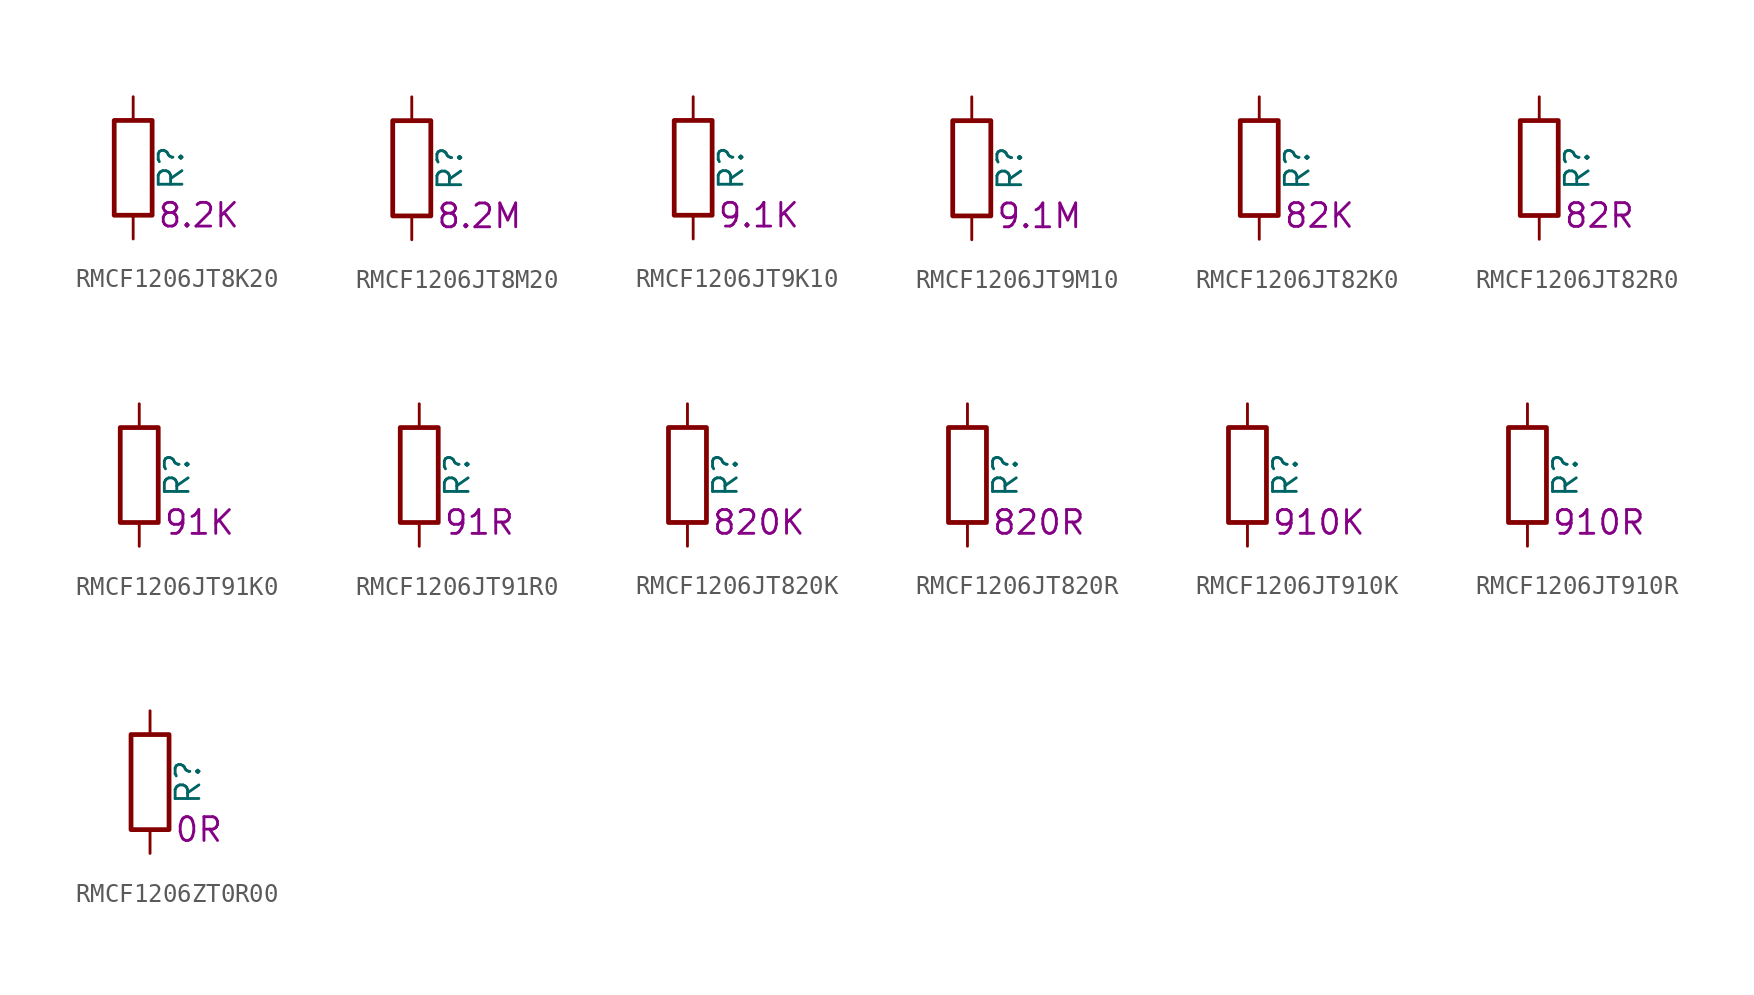
<source format=kicad_sym>
(kicad_symbol_lib
  (version 20220914)
  (generator kicad_symbol_editor)
  (symbol "RMCF1206JT8K20"
    (pin_numbers hide)
    (pin_names
      (offset 0))
    (property "Reference" "R"
      (at 2.032 0 90)
      (effects (font (size 1.27 1.27))))
    (property "Resistance" "8.2K"
      (at 1.27 -2.54 0)
      (effects (font (size 1.27 1.27)) (justify left)))
    (symbol "RMCF1206JT8K20_0_1"
      (rectangle (start -1.016 -2.54) (end 1.016 2.54) (stroke (width 0.254) (type default)) (fill (type none))))
    (symbol "RMCF1206JT8K20_1_1"
      (pin passive line (at 0 3.81 270) (length 1.27) (name "~" (effects (font (size 1.27 1.27)))) (number "1" (effects (font (size 1.27 1.27)))))
      (pin passive line (at 0 -3.81 90) (length 1.27) (name "~" (effects (font (size 1.27 1.27)))) (number "2" (effects (font (size 1.27 1.27)))))))
  (symbol "RMCF1206JT8M20"
    (pin_numbers hide)
    (pin_names
      (offset 0))
    (property "Reference" "R"
      (at 2.032 0 90)
      (effects (font (size 1.27 1.27))))
    (property "Resistance" "8.2M"
      (at 1.27 -2.54 0)
      (effects (font (size 1.27 1.27)) (justify left)))
    (symbol "RMCF1206JT8M20_0_1"
      (rectangle (start -1.016 -2.54) (end 1.016 2.54) (stroke (width 0.254) (type default)) (fill (type none))))
    (symbol "RMCF1206JT8M20_1_1"
      (pin passive line (at 0 3.81 270) (length 1.27) (name "~" (effects (font (size 1.27 1.27)))) (number "1" (effects (font (size 1.27 1.27)))))
      (pin passive line (at 0 -3.81 90) (length 1.27) (name "~" (effects (font (size 1.27 1.27)))) (number "2" (effects (font (size 1.27 1.27)))))))
  (symbol "RMCF1206JT9K10"
    (pin_numbers hide)
    (pin_names
      (offset 0))
    (property "Reference" "R"
      (at 2.032 0 90)
      (effects (font (size 1.27 1.27))))
    (property "Resistance" "9.1K"
      (at 1.27 -2.54 0)
      (effects (font (size 1.27 1.27)) (justify left)))
    (symbol "RMCF1206JT9K10_0_1"
      (rectangle (start -1.016 -2.54) (end 1.016 2.54) (stroke (width 0.254) (type default)) (fill (type none))))
    (symbol "RMCF1206JT9K10_1_1"
      (pin passive line (at 0 3.81 270) (length 1.27) (name "~" (effects (font (size 1.27 1.27)))) (number "1" (effects (font (size 1.27 1.27)))))
      (pin passive line (at 0 -3.81 90) (length 1.27) (name "~" (effects (font (size 1.27 1.27)))) (number "2" (effects (font (size 1.27 1.27)))))))
  (symbol "RMCF1206JT9M10"
    (pin_numbers hide)
    (pin_names
      (offset 0))
    (property "Reference" "R"
      (at 2.032 0 90)
      (effects (font (size 1.27 1.27))))
    (property "Resistance" "9.1M"
      (at 1.27 -2.54 0)
      (effects (font (size 1.27 1.27)) (justify left)))
    (symbol "RMCF1206JT9M10_0_1"
      (rectangle (start -1.016 -2.54) (end 1.016 2.54) (stroke (width 0.254) (type default)) (fill (type none))))
    (symbol "RMCF1206JT9M10_1_1"
      (pin passive line (at 0 3.81 270) (length 1.27) (name "~" (effects (font (size 1.27 1.27)))) (number "1" (effects (font (size 1.27 1.27)))))
      (pin passive line (at 0 -3.81 90) (length 1.27) (name "~" (effects (font (size 1.27 1.27)))) (number "2" (effects (font (size 1.27 1.27)))))))
  (symbol "RMCF1206JT82K0"
    (pin_numbers hide)
    (pin_names
      (offset 0))
    (property "Reference" "R"
      (at 2.032 0 90)
      (effects (font (size 1.27 1.27))))
    (property "Resistance" "82K"
      (at 1.27 -2.54 0)
      (effects (font (size 1.27 1.27)) (justify left)))
    (symbol "RMCF1206JT82K0_0_1"
      (rectangle (start -1.016 -2.54) (end 1.016 2.54) (stroke (width 0.254) (type default)) (fill (type none))))
    (symbol "RMCF1206JT82K0_1_1"
      (pin passive line (at 0 3.81 270) (length 1.27) (name "~" (effects (font (size 1.27 1.27)))) (number "1" (effects (font (size 1.27 1.27)))))
      (pin passive line (at 0 -3.81 90) (length 1.27) (name "~" (effects (font (size 1.27 1.27)))) (number "2" (effects (font (size 1.27 1.27)))))))
  (symbol "RMCF1206JT82R0"
    (pin_numbers hide)
    (pin_names
      (offset 0))
    (property "Reference" "R"
      (at 2.032 0 90)
      (effects (font (size 1.27 1.27))))
    (property "Resistance" "82R"
      (at 1.27 -2.54 0)
      (effects (font (size 1.27 1.27)) (justify left)))
    (symbol "RMCF1206JT82R0_0_1"
      (rectangle (start -1.016 -2.54) (end 1.016 2.54) (stroke (width 0.254) (type default)) (fill (type none))))
    (symbol "RMCF1206JT82R0_1_1"
      (pin passive line (at 0 3.81 270) (length 1.27) (name "~" (effects (font (size 1.27 1.27)))) (number "1" (effects (font (size 1.27 1.27)))))
      (pin passive line (at 0 -3.81 90) (length 1.27) (name "~" (effects (font (size 1.27 1.27)))) (number "2" (effects (font (size 1.27 1.27)))))))
  (symbol "RMCF1206JT91K0"
    (pin_numbers hide)
    (pin_names
      (offset 0))
    (property "Reference" "R"
      (at 2.032 0 90)
      (effects (font (size 1.27 1.27))))
    (property "Resistance" "91K"
      (at 1.27 -2.54 0)
      (effects (font (size 1.27 1.27)) (justify left)))
    (symbol "RMCF1206JT91K0_0_1"
      (rectangle (start -1.016 -2.54) (end 1.016 2.54) (stroke (width 0.254) (type default)) (fill (type none))))
    (symbol "RMCF1206JT91K0_1_1"
      (pin passive line (at 0 3.81 270) (length 1.27) (name "~" (effects (font (size 1.27 1.27)))) (number "1" (effects (font (size 1.27 1.27)))))
      (pin passive line (at 0 -3.81 90) (length 1.27) (name "~" (effects (font (size 1.27 1.27)))) (number "2" (effects (font (size 1.27 1.27)))))))
  (symbol "RMCF1206JT91R0"
    (pin_numbers hide)
    (pin_names
      (offset 0))
    (property "Reference" "R"
      (at 2.032 0 90)
      (effects (font (size 1.27 1.27))))
    (property "Resistance" "91R"
      (at 1.27 -2.54 0)
      (effects (font (size 1.27 1.27)) (justify left)))
    (symbol "RMCF1206JT91R0_0_1"
      (rectangle (start -1.016 -2.54) (end 1.016 2.54) (stroke (width 0.254) (type default)) (fill (type none))))
    (symbol "RMCF1206JT91R0_1_1"
      (pin passive line (at 0 3.81 270) (length 1.27) (name "~" (effects (font (size 1.27 1.27)))) (number "1" (effects (font (size 1.27 1.27)))))
      (pin passive line (at 0 -3.81 90) (length 1.27) (name "~" (effects (font (size 1.27 1.27)))) (number "2" (effects (font (size 1.27 1.27)))))))
  (symbol "RMCF1206JT820K"
    (pin_numbers hide)
    (pin_names
      (offset 0))
    (property "Reference" "R"
      (at 2.032 0 90)
      (effects (font (size 1.27 1.27))))
    (property "Resistance" "820K"
      (at 1.27 -2.54 0)
      (effects (font (size 1.27 1.27)) (justify left)))
    (symbol "RMCF1206JT820K_0_1"
      (rectangle (start -1.016 -2.54) (end 1.016 2.54) (stroke (width 0.254) (type default)) (fill (type none))))
    (symbol "RMCF1206JT820K_1_1"
      (pin passive line (at 0 3.81 270) (length 1.27) (name "~" (effects (font (size 1.27 1.27)))) (number "1" (effects (font (size 1.27 1.27)))))
      (pin passive line (at 0 -3.81 90) (length 1.27) (name "~" (effects (font (size 1.27 1.27)))) (number "2" (effects (font (size 1.27 1.27)))))))
  (symbol "RMCF1206JT820R"
    (pin_numbers hide)
    (pin_names
      (offset 0))
    (property "Reference" "R"
      (at 2.032 0 90)
      (effects (font (size 1.27 1.27))))
    (property "Resistance" "820R"
      (at 1.27 -2.54 0)
      (effects (font (size 1.27 1.27)) (justify left)))
    (symbol "RMCF1206JT820R_0_1"
      (rectangle (start -1.016 -2.54) (end 1.016 2.54) (stroke (width 0.254) (type default)) (fill (type none))))
    (symbol "RMCF1206JT820R_1_1"
      (pin passive line (at 0 3.81 270) (length 1.27) (name "~" (effects (font (size 1.27 1.27)))) (number "1" (effects (font (size 1.27 1.27)))))
      (pin passive line (at 0 -3.81 90) (length 1.27) (name "~" (effects (font (size 1.27 1.27)))) (number "2" (effects (font (size 1.27 1.27)))))))
  (symbol "RMCF1206JT910K"
    (pin_numbers hide)
    (pin_names
      (offset 0))
    (property "Reference" "R"
      (at 2.032 0 90)
      (effects (font (size 1.27 1.27))))
    (property "Resistance" "910K"
      (at 1.27 -2.54 0)
      (effects (font (size 1.27 1.27)) (justify left)))
    (symbol "RMCF1206JT910K_0_1"
      (rectangle (start -1.016 -2.54) (end 1.016 2.54) (stroke (width 0.254) (type default)) (fill (type none))))
    (symbol "RMCF1206JT910K_1_1"
      (pin passive line (at 0 3.81 270) (length 1.27) (name "~" (effects (font (size 1.27 1.27)))) (number "1" (effects (font (size 1.27 1.27)))))
      (pin passive line (at 0 -3.81 90) (length 1.27) (name "~" (effects (font (size 1.27 1.27)))) (number "2" (effects (font (size 1.27 1.27)))))))
  (symbol "RMCF1206JT910R"
    (pin_numbers hide)
    (pin_names
      (offset 0))
    (property "Reference" "R"
      (at 2.032 0 90)
      (effects (font (size 1.27 1.27))))
    (property "Resistance" "910R"
      (at 1.27 -2.54 0)
      (effects (font (size 1.27 1.27)) (justify left)))
    (symbol "RMCF1206JT910R_0_1"
      (rectangle (start -1.016 -2.54) (end 1.016 2.54) (stroke (width 0.254) (type default)) (fill (type none))))
    (symbol "RMCF1206JT910R_1_1"
      (pin passive line (at 0 3.81 270) (length 1.27) (name "~" (effects (font (size 1.27 1.27)))) (number "1" (effects (font (size 1.27 1.27)))))
      (pin passive line (at 0 -3.81 90) (length 1.27) (name "~" (effects (font (size 1.27 1.27)))) (number "2" (effects (font (size 1.27 1.27)))))))
  (symbol "RMCF1206ZT0R00"
    (pin_numbers hide)
    (pin_names
      (offset 0))
    (property "Reference" "R"
      (at 2.032 0 90)
      (effects (font (size 1.27 1.27))))
    (property "Resistance" "0R"
      (at 1.27 -2.54 0)
      (effects (font (size 1.27 1.27)) (justify left)))
    (symbol "RMCF1206ZT0R00_0_1"
      (rectangle (start -1.016 -2.54) (end 1.016 2.54) (stroke (width 0.254) (type default)) (fill (type none))))
    (symbol "RMCF1206ZT0R00_1_1"
      (pin passive line (at 0 3.81 270) (length 1.27) (name "~" (effects (font (size 1.27 1.27)))) (number "1" (effects (font (size 1.27 1.27)))))
      (pin passive line (at 0 -3.81 90) (length 1.27) (name "~" (effects (font (size 1.27 1.27)))) (number "2" (effects (font (size 1.27 1.27))))))))
</source>
